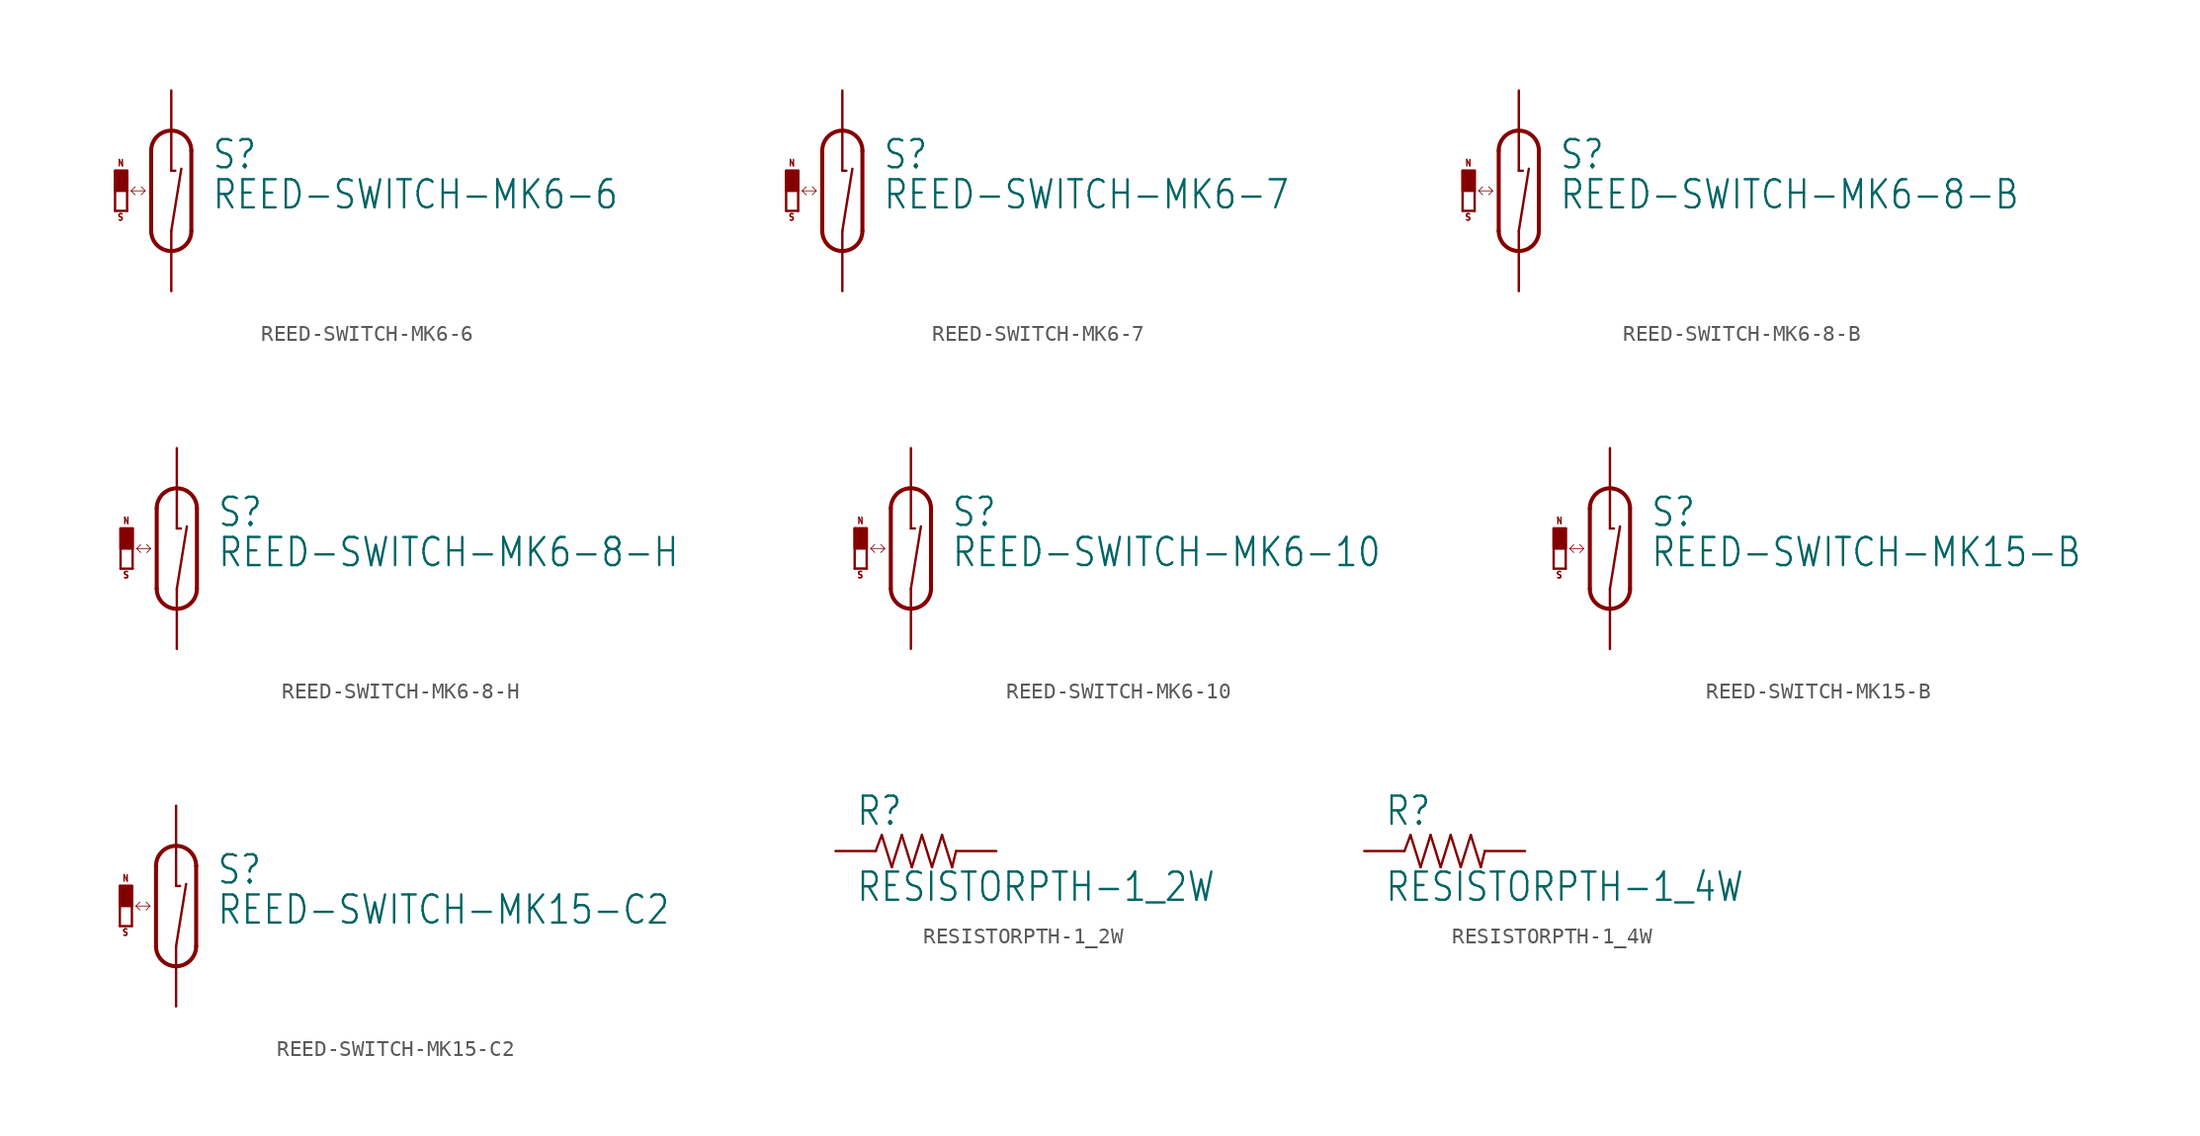
<source format=kicad_sym>
(kicad_symbol_lib
  (version 20200126)
  (host kicad_symbol_editor "5.99.0-unknown-aa7ce74~88~ubuntu18.04.1")
  (symbol "REED-SWITCH-MK6-6"
    (property "Reference" "S"
      (at 2.54 2.54 0)
      (effects (font (size 1.778 1.511)) (justify left bottom)))
    (property "Value" "REED-SWITCH-MK6-6"
      (at 2.54 0 0)
      (effects (font (size 1.778 1.511)) (justify left bottom)))
    (property "ki_locked" ""
      (at 0 0 0)
      (effects (font (size 1.27 1.27))))
    (symbol "REED-SWITCH-MK6-6_1_0"
      (arc (start -1.27 -1.27) (end 1.27 -1.27) (radius (at 0 -1.27) (length 1.27) (angles -179.9 -0.1)) (stroke (width 0.254)) (fill (type none)))
      (arc (start 1.27 3.81) (end -1.27 3.81) (radius (at 0 3.81) (length 1.27) (angles 0.1 179.9)) (stroke (width 0.254)) (fill (type none)))
      (text "N" (at -3.429 2.794 0) (effects (font (size 0.406 0.345)) (justify left bottom)))
      (text "S" (at -3.429 -0.635 0) (effects (font (size 0.406 0.345)) (justify left bottom)))
      (rectangle (start -3.556 1.27) (end -2.794 2.54) (stroke (width 0)) (fill (type outline)))
      (polyline (pts (xy 0 -2.54) (xy 0 -1.27)) (stroke (width 0.152)) (fill (type none)))
      (polyline (pts (xy 0 -1.27) (xy 0.635 2.667)) (stroke (width 0.152)) (fill (type none)))
      (polyline (pts (xy 0.254 2.54) (xy 0 2.54)) (stroke (width 0.152)) (fill (type none)))
      (polyline (pts (xy 0 2.54) (xy 0 5.08)) (stroke (width 0.152)) (fill (type none)))
      (polyline (pts (xy -1.27 3.81) (xy -1.27 -1.27)) (stroke (width 0.254)) (fill (type none)))
      (polyline (pts (xy 1.27 -1.27) (xy 1.27 3.81)) (stroke (width 0.254)) (fill (type none)))
      (polyline (pts (xy -3.556 2.54) (xy -2.794 2.54)) (stroke (width 0.152)) (fill (type none)))
      (polyline (pts (xy -2.794 2.54) (xy -2.794 0)) (stroke (width 0.152)) (fill (type none)))
      (polyline (pts (xy -2.794 0) (xy -3.556 0)) (stroke (width 0.152)) (fill (type none)))
      (polyline (pts (xy -3.556 0) (xy -3.556 2.54)) (stroke (width 0.152)) (fill (type none)))
      (polyline (pts (xy -2.54 1.27) (xy -1.651 1.27)) (stroke (width 0.051)) (fill (type none)))
      (polyline (pts (xy -1.651 1.27) (xy -1.905 1.524)) (stroke (width 0.051)) (fill (type none)))
      (polyline (pts (xy -1.651 1.27) (xy -1.905 1.016)) (stroke (width 0.051)) (fill (type none)))
      (polyline (pts (xy -2.286 1.524) (xy -2.54 1.27)) (stroke (width 0.051)) (fill (type none)))
      (polyline (pts (xy -2.286 1.016) (xy -2.54 1.27)) (stroke (width 0.051)) (fill (type none)))
      (pin passive line (at 0 7.62 270) (length 2.54) (name "1" (effects (font (size 0 0)))) (number "1" (effects (font (size 0 0)))))
      (pin passive line (at 0 -5.08 90) (length 2.54) (name "2" (effects (font (size 0 0)))) (number "2" (effects (font (size 0 0)))))))
  (symbol "REED-SWITCH-MK6-7"
    (property "Reference" "S"
      (at 2.54 2.54 0)
      (effects (font (size 1.778 1.511)) (justify left bottom)))
    (property "Value" "REED-SWITCH-MK6-7"
      (at 2.54 0 0)
      (effects (font (size 1.778 1.511)) (justify left bottom)))
    (property "ki_locked" ""
      (at 0 0 0)
      (effects (font (size 1.27 1.27))))
    (symbol "REED-SWITCH-MK6-7_1_0"
      (arc (start -1.27 -1.27) (end 1.27 -1.27) (radius (at 0 -1.27) (length 1.27) (angles -179.9 -0.1)) (stroke (width 0.254)) (fill (type none)))
      (arc (start 1.27 3.81) (end -1.27 3.81) (radius (at 0 3.81) (length 1.27) (angles 0.1 179.9)) (stroke (width 0.254)) (fill (type none)))
      (text "N" (at -3.429 2.794 0) (effects (font (size 0.406 0.345)) (justify left bottom)))
      (text "S" (at -3.429 -0.635 0) (effects (font (size 0.406 0.345)) (justify left bottom)))
      (rectangle (start -3.556 1.27) (end -2.794 2.54) (stroke (width 0)) (fill (type outline)))
      (polyline (pts (xy 0 -2.54) (xy 0 -1.27)) (stroke (width 0.152)) (fill (type none)))
      (polyline (pts (xy 0 -1.27) (xy 0.635 2.667)) (stroke (width 0.152)) (fill (type none)))
      (polyline (pts (xy 0.254 2.54) (xy 0 2.54)) (stroke (width 0.152)) (fill (type none)))
      (polyline (pts (xy 0 2.54) (xy 0 5.08)) (stroke (width 0.152)) (fill (type none)))
      (polyline (pts (xy -1.27 3.81) (xy -1.27 -1.27)) (stroke (width 0.254)) (fill (type none)))
      (polyline (pts (xy 1.27 -1.27) (xy 1.27 3.81)) (stroke (width 0.254)) (fill (type none)))
      (polyline (pts (xy -3.556 2.54) (xy -2.794 2.54)) (stroke (width 0.152)) (fill (type none)))
      (polyline (pts (xy -2.794 2.54) (xy -2.794 0)) (stroke (width 0.152)) (fill (type none)))
      (polyline (pts (xy -2.794 0) (xy -3.556 0)) (stroke (width 0.152)) (fill (type none)))
      (polyline (pts (xy -3.556 0) (xy -3.556 2.54)) (stroke (width 0.152)) (fill (type none)))
      (polyline (pts (xy -2.54 1.27) (xy -1.651 1.27)) (stroke (width 0.051)) (fill (type none)))
      (polyline (pts (xy -1.651 1.27) (xy -1.905 1.524)) (stroke (width 0.051)) (fill (type none)))
      (polyline (pts (xy -1.651 1.27) (xy -1.905 1.016)) (stroke (width 0.051)) (fill (type none)))
      (polyline (pts (xy -2.286 1.524) (xy -2.54 1.27)) (stroke (width 0.051)) (fill (type none)))
      (polyline (pts (xy -2.286 1.016) (xy -2.54 1.27)) (stroke (width 0.051)) (fill (type none)))
      (pin passive line (at 0 7.62 270) (length 2.54) (name "1" (effects (font (size 0 0)))) (number "1" (effects (font (size 0 0)))))
      (pin passive line (at 0 -5.08 90) (length 2.54) (name "2" (effects (font (size 0 0)))) (number "2" (effects (font (size 0 0)))))))
  (symbol "REED-SWITCH-MK6-8-B"
    (property "Reference" "S"
      (at 2.54 2.54 0)
      (effects (font (size 1.778 1.511)) (justify left bottom)))
    (property "Value" "REED-SWITCH-MK6-8-B"
      (at 2.54 0 0)
      (effects (font (size 1.778 1.511)) (justify left bottom)))
    (property "ki_locked" ""
      (at 0 0 0)
      (effects (font (size 1.27 1.27))))
    (symbol "REED-SWITCH-MK6-8-B_1_0"
      (arc (start -1.27 -1.27) (end 1.27 -1.27) (radius (at 0 -1.27) (length 1.27) (angles -179.9 -0.1)) (stroke (width 0.254)) (fill (type none)))
      (arc (start 1.27 3.81) (end -1.27 3.81) (radius (at 0 3.81) (length 1.27) (angles 0.1 179.9)) (stroke (width 0.254)) (fill (type none)))
      (text "N" (at -3.429 2.794 0) (effects (font (size 0.406 0.345)) (justify left bottom)))
      (text "S" (at -3.429 -0.635 0) (effects (font (size 0.406 0.345)) (justify left bottom)))
      (rectangle (start -3.556 1.27) (end -2.794 2.54) (stroke (width 0)) (fill (type outline)))
      (polyline (pts (xy 0 -2.54) (xy 0 -1.27)) (stroke (width 0.152)) (fill (type none)))
      (polyline (pts (xy 0 -1.27) (xy 0.635 2.667)) (stroke (width 0.152)) (fill (type none)))
      (polyline (pts (xy 0.254 2.54) (xy 0 2.54)) (stroke (width 0.152)) (fill (type none)))
      (polyline (pts (xy 0 2.54) (xy 0 5.08)) (stroke (width 0.152)) (fill (type none)))
      (polyline (pts (xy -1.27 3.81) (xy -1.27 -1.27)) (stroke (width 0.254)) (fill (type none)))
      (polyline (pts (xy 1.27 -1.27) (xy 1.27 3.81)) (stroke (width 0.254)) (fill (type none)))
      (polyline (pts (xy -3.556 2.54) (xy -2.794 2.54)) (stroke (width 0.152)) (fill (type none)))
      (polyline (pts (xy -2.794 2.54) (xy -2.794 0)) (stroke (width 0.152)) (fill (type none)))
      (polyline (pts (xy -2.794 0) (xy -3.556 0)) (stroke (width 0.152)) (fill (type none)))
      (polyline (pts (xy -3.556 0) (xy -3.556 2.54)) (stroke (width 0.152)) (fill (type none)))
      (polyline (pts (xy -2.54 1.27) (xy -1.651 1.27)) (stroke (width 0.051)) (fill (type none)))
      (polyline (pts (xy -1.651 1.27) (xy -1.905 1.524)) (stroke (width 0.051)) (fill (type none)))
      (polyline (pts (xy -1.651 1.27) (xy -1.905 1.016)) (stroke (width 0.051)) (fill (type none)))
      (polyline (pts (xy -2.286 1.524) (xy -2.54 1.27)) (stroke (width 0.051)) (fill (type none)))
      (polyline (pts (xy -2.286 1.016) (xy -2.54 1.27)) (stroke (width 0.051)) (fill (type none)))
      (pin passive line (at 0 7.62 270) (length 2.54) (name "1" (effects (font (size 0 0)))) (number "1" (effects (font (size 0 0)))))
      (pin passive line (at 0 -5.08 90) (length 2.54) (name "2" (effects (font (size 0 0)))) (number "2" (effects (font (size 0 0)))))))
  (symbol "REED-SWITCH-MK6-8-H"
    (property "Reference" "S"
      (at 2.54 2.54 0)
      (effects (font (size 1.778 1.511)) (justify left bottom)))
    (property "Value" "REED-SWITCH-MK6-8-H"
      (at 2.54 0 0)
      (effects (font (size 1.778 1.511)) (justify left bottom)))
    (property "ki_locked" ""
      (at 0 0 0)
      (effects (font (size 1.27 1.27))))
    (symbol "REED-SWITCH-MK6-8-H_1_0"
      (arc (start -1.27 -1.27) (end 1.27 -1.27) (radius (at 0 -1.27) (length 1.27) (angles -179.9 -0.1)) (stroke (width 0.254)) (fill (type none)))
      (arc (start 1.27 3.81) (end -1.27 3.81) (radius (at 0 3.81) (length 1.27) (angles 0.1 179.9)) (stroke (width 0.254)) (fill (type none)))
      (text "N" (at -3.429 2.794 0) (effects (font (size 0.406 0.345)) (justify left bottom)))
      (text "S" (at -3.429 -0.635 0) (effects (font (size 0.406 0.345)) (justify left bottom)))
      (rectangle (start -3.556 1.27) (end -2.794 2.54) (stroke (width 0)) (fill (type outline)))
      (polyline (pts (xy 0 -2.54) (xy 0 -1.27)) (stroke (width 0.152)) (fill (type none)))
      (polyline (pts (xy 0 -1.27) (xy 0.635 2.667)) (stroke (width 0.152)) (fill (type none)))
      (polyline (pts (xy 0.254 2.54) (xy 0 2.54)) (stroke (width 0.152)) (fill (type none)))
      (polyline (pts (xy 0 2.54) (xy 0 5.08)) (stroke (width 0.152)) (fill (type none)))
      (polyline (pts (xy -1.27 3.81) (xy -1.27 -1.27)) (stroke (width 0.254)) (fill (type none)))
      (polyline (pts (xy 1.27 -1.27) (xy 1.27 3.81)) (stroke (width 0.254)) (fill (type none)))
      (polyline (pts (xy -3.556 2.54) (xy -2.794 2.54)) (stroke (width 0.152)) (fill (type none)))
      (polyline (pts (xy -2.794 2.54) (xy -2.794 0)) (stroke (width 0.152)) (fill (type none)))
      (polyline (pts (xy -2.794 0) (xy -3.556 0)) (stroke (width 0.152)) (fill (type none)))
      (polyline (pts (xy -3.556 0) (xy -3.556 2.54)) (stroke (width 0.152)) (fill (type none)))
      (polyline (pts (xy -2.54 1.27) (xy -1.651 1.27)) (stroke (width 0.051)) (fill (type none)))
      (polyline (pts (xy -1.651 1.27) (xy -1.905 1.524)) (stroke (width 0.051)) (fill (type none)))
      (polyline (pts (xy -1.651 1.27) (xy -1.905 1.016)) (stroke (width 0.051)) (fill (type none)))
      (polyline (pts (xy -2.286 1.524) (xy -2.54 1.27)) (stroke (width 0.051)) (fill (type none)))
      (polyline (pts (xy -2.286 1.016) (xy -2.54 1.27)) (stroke (width 0.051)) (fill (type none)))
      (pin passive line (at 0 7.62 270) (length 2.54) (name "1" (effects (font (size 0 0)))) (number "1" (effects (font (size 0 0)))))
      (pin passive line (at 0 -5.08 90) (length 2.54) (name "2" (effects (font (size 0 0)))) (number "2" (effects (font (size 0 0)))))))
  (symbol "REED-SWITCH-MK6-10"
    (property "Reference" "S"
      (at 2.54 2.54 0)
      (effects (font (size 1.778 1.511)) (justify left bottom)))
    (property "Value" "REED-SWITCH-MK6-10"
      (at 2.54 0 0)
      (effects (font (size 1.778 1.511)) (justify left bottom)))
    (property "ki_locked" ""
      (at 0 0 0)
      (effects (font (size 1.27 1.27))))
    (symbol "REED-SWITCH-MK6-10_1_0"
      (arc (start -1.27 -1.27) (end 1.27 -1.27) (radius (at 0 -1.27) (length 1.27) (angles -179.9 -0.1)) (stroke (width 0.254)) (fill (type none)))
      (arc (start 1.27 3.81) (end -1.27 3.81) (radius (at 0 3.81) (length 1.27) (angles 0.1 179.9)) (stroke (width 0.254)) (fill (type none)))
      (text "N" (at -3.429 2.794 0) (effects (font (size 0.406 0.345)) (justify left bottom)))
      (text "S" (at -3.429 -0.635 0) (effects (font (size 0.406 0.345)) (justify left bottom)))
      (rectangle (start -3.556 1.27) (end -2.794 2.54) (stroke (width 0)) (fill (type outline)))
      (polyline (pts (xy 0 -2.54) (xy 0 -1.27)) (stroke (width 0.152)) (fill (type none)))
      (polyline (pts (xy 0 -1.27) (xy 0.635 2.667)) (stroke (width 0.152)) (fill (type none)))
      (polyline (pts (xy 0.254 2.54) (xy 0 2.54)) (stroke (width 0.152)) (fill (type none)))
      (polyline (pts (xy 0 2.54) (xy 0 5.08)) (stroke (width 0.152)) (fill (type none)))
      (polyline (pts (xy -1.27 3.81) (xy -1.27 -1.27)) (stroke (width 0.254)) (fill (type none)))
      (polyline (pts (xy 1.27 -1.27) (xy 1.27 3.81)) (stroke (width 0.254)) (fill (type none)))
      (polyline (pts (xy -3.556 2.54) (xy -2.794 2.54)) (stroke (width 0.152)) (fill (type none)))
      (polyline (pts (xy -2.794 2.54) (xy -2.794 0)) (stroke (width 0.152)) (fill (type none)))
      (polyline (pts (xy -2.794 0) (xy -3.556 0)) (stroke (width 0.152)) (fill (type none)))
      (polyline (pts (xy -3.556 0) (xy -3.556 2.54)) (stroke (width 0.152)) (fill (type none)))
      (polyline (pts (xy -2.54 1.27) (xy -1.651 1.27)) (stroke (width 0.051)) (fill (type none)))
      (polyline (pts (xy -1.651 1.27) (xy -1.905 1.524)) (stroke (width 0.051)) (fill (type none)))
      (polyline (pts (xy -1.651 1.27) (xy -1.905 1.016)) (stroke (width 0.051)) (fill (type none)))
      (polyline (pts (xy -2.286 1.524) (xy -2.54 1.27)) (stroke (width 0.051)) (fill (type none)))
      (polyline (pts (xy -2.286 1.016) (xy -2.54 1.27)) (stroke (width 0.051)) (fill (type none)))
      (pin passive line (at 0 7.62 270) (length 2.54) (name "1" (effects (font (size 0 0)))) (number "1" (effects (font (size 0 0)))))
      (pin passive line (at 0 -5.08 90) (length 2.54) (name "2" (effects (font (size 0 0)))) (number "2" (effects (font (size 0 0)))))))
  (symbol "REED-SWITCH-MK15-B"
    (property "Reference" "S"
      (at 2.54 2.54 0)
      (effects (font (size 1.778 1.511)) (justify left bottom)))
    (property "Value" "REED-SWITCH-MK15-B"
      (at 2.54 0 0)
      (effects (font (size 1.778 1.511)) (justify left bottom)))
    (property "ki_locked" ""
      (at 0 0 0)
      (effects (font (size 1.27 1.27))))
    (symbol "REED-SWITCH-MK15-B_1_0"
      (arc (start -1.27 -1.27) (end 1.27 -1.27) (radius (at 0 -1.27) (length 1.27) (angles -179.9 -0.1)) (stroke (width 0.254)) (fill (type none)))
      (arc (start 1.27 3.81) (end -1.27 3.81) (radius (at 0 3.81) (length 1.27) (angles 0.1 179.9)) (stroke (width 0.254)) (fill (type none)))
      (text "N" (at -3.429 2.794 0) (effects (font (size 0.406 0.345)) (justify left bottom)))
      (text "S" (at -3.429 -0.635 0) (effects (font (size 0.406 0.345)) (justify left bottom)))
      (rectangle (start -3.556 1.27) (end -2.794 2.54) (stroke (width 0)) (fill (type outline)))
      (polyline (pts (xy 0 -2.54) (xy 0 -1.27)) (stroke (width 0.152)) (fill (type none)))
      (polyline (pts (xy 0 -1.27) (xy 0.635 2.667)) (stroke (width 0.152)) (fill (type none)))
      (polyline (pts (xy 0.254 2.54) (xy 0 2.54)) (stroke (width 0.152)) (fill (type none)))
      (polyline (pts (xy 0 2.54) (xy 0 5.08)) (stroke (width 0.152)) (fill (type none)))
      (polyline (pts (xy -1.27 3.81) (xy -1.27 -1.27)) (stroke (width 0.254)) (fill (type none)))
      (polyline (pts (xy 1.27 -1.27) (xy 1.27 3.81)) (stroke (width 0.254)) (fill (type none)))
      (polyline (pts (xy -3.556 2.54) (xy -2.794 2.54)) (stroke (width 0.152)) (fill (type none)))
      (polyline (pts (xy -2.794 2.54) (xy -2.794 0)) (stroke (width 0.152)) (fill (type none)))
      (polyline (pts (xy -2.794 0) (xy -3.556 0)) (stroke (width 0.152)) (fill (type none)))
      (polyline (pts (xy -3.556 0) (xy -3.556 2.54)) (stroke (width 0.152)) (fill (type none)))
      (polyline (pts (xy -2.54 1.27) (xy -1.651 1.27)) (stroke (width 0.051)) (fill (type none)))
      (polyline (pts (xy -1.651 1.27) (xy -1.905 1.524)) (stroke (width 0.051)) (fill (type none)))
      (polyline (pts (xy -1.651 1.27) (xy -1.905 1.016)) (stroke (width 0.051)) (fill (type none)))
      (polyline (pts (xy -2.286 1.524) (xy -2.54 1.27)) (stroke (width 0.051)) (fill (type none)))
      (polyline (pts (xy -2.286 1.016) (xy -2.54 1.27)) (stroke (width 0.051)) (fill (type none)))
      (pin passive line (at 0 7.62 270) (length 2.54) (name "1" (effects (font (size 0 0)))) (number "1" (effects (font (size 0 0)))))
      (pin passive line (at 0 -5.08 90) (length 2.54) (name "2" (effects (font (size 0 0)))) (number "2" (effects (font (size 0 0)))))))
  (symbol "REED-SWITCH-MK15-C2"
    (property "Reference" "S"
      (at 2.54 2.54 0)
      (effects (font (size 1.778 1.511)) (justify left bottom)))
    (property "Value" "REED-SWITCH-MK15-C2"
      (at 2.54 0 0)
      (effects (font (size 1.778 1.511)) (justify left bottom)))
    (property "ki_locked" ""
      (at 0 0 0)
      (effects (font (size 1.27 1.27))))
    (symbol "REED-SWITCH-MK15-C2_1_0"
      (arc (start -1.27 -1.27) (end 1.27 -1.27) (radius (at 0 -1.27) (length 1.27) (angles -179.9 -0.1)) (stroke (width 0.254)) (fill (type none)))
      (arc (start 1.27 3.81) (end -1.27 3.81) (radius (at 0 3.81) (length 1.27) (angles 0.1 179.9)) (stroke (width 0.254)) (fill (type none)))
      (text "N" (at -3.429 2.794 0) (effects (font (size 0.406 0.345)) (justify left bottom)))
      (text "S" (at -3.429 -0.635 0) (effects (font (size 0.406 0.345)) (justify left bottom)))
      (rectangle (start -3.556 1.27) (end -2.794 2.54) (stroke (width 0)) (fill (type outline)))
      (polyline (pts (xy 0 -2.54) (xy 0 -1.27)) (stroke (width 0.152)) (fill (type none)))
      (polyline (pts (xy 0 -1.27) (xy 0.635 2.667)) (stroke (width 0.152)) (fill (type none)))
      (polyline (pts (xy 0.254 2.54) (xy 0 2.54)) (stroke (width 0.152)) (fill (type none)))
      (polyline (pts (xy 0 2.54) (xy 0 5.08)) (stroke (width 0.152)) (fill (type none)))
      (polyline (pts (xy -1.27 3.81) (xy -1.27 -1.27)) (stroke (width 0.254)) (fill (type none)))
      (polyline (pts (xy 1.27 -1.27) (xy 1.27 3.81)) (stroke (width 0.254)) (fill (type none)))
      (polyline (pts (xy -3.556 2.54) (xy -2.794 2.54)) (stroke (width 0.152)) (fill (type none)))
      (polyline (pts (xy -2.794 2.54) (xy -2.794 0)) (stroke (width 0.152)) (fill (type none)))
      (polyline (pts (xy -2.794 0) (xy -3.556 0)) (stroke (width 0.152)) (fill (type none)))
      (polyline (pts (xy -3.556 0) (xy -3.556 2.54)) (stroke (width 0.152)) (fill (type none)))
      (polyline (pts (xy -2.54 1.27) (xy -1.651 1.27)) (stroke (width 0.051)) (fill (type none)))
      (polyline (pts (xy -1.651 1.27) (xy -1.905 1.524)) (stroke (width 0.051)) (fill (type none)))
      (polyline (pts (xy -1.651 1.27) (xy -1.905 1.016)) (stroke (width 0.051)) (fill (type none)))
      (polyline (pts (xy -2.286 1.524) (xy -2.54 1.27)) (stroke (width 0.051)) (fill (type none)))
      (polyline (pts (xy -2.286 1.016) (xy -2.54 1.27)) (stroke (width 0.051)) (fill (type none)))
      (pin passive line (at 0 7.62 270) (length 2.54) (name "1" (effects (font (size 0 0)))) (number "1" (effects (font (size 0 0)))))
      (pin passive line (at 0 -5.08 90) (length 2.54) (name "2" (effects (font (size 0 0)))) (number "2" (effects (font (size 0 0)))))))
  (symbol "RESISTORPTH-1_2W"
    (property "Reference" "R"
      (at -3.81 1.499 0)
      (effects (font (size 1.778 1.511)) (justify left bottom)))
    (property "Value" "RESISTORPTH-1_2W"
      (at -3.81 -3.302 0)
      (effects (font (size 1.778 1.511)) (justify left bottom)))
    (property "ki_locked" ""
      (at 0 0 0)
      (effects (font (size 1.27 1.27))))
    (symbol "RESISTORPTH-1_2W_1_0"
      (polyline (pts (xy -2.54 0) (xy -2.159 1.016)) (stroke (width 0.152)) (fill (type none)))
      (polyline (pts (xy -2.159 1.016) (xy -1.524 -1.016)) (stroke (width 0.152)) (fill (type none)))
      (polyline (pts (xy -1.524 -1.016) (xy -0.889 1.016)) (stroke (width 0.152)) (fill (type none)))
      (polyline (pts (xy -0.889 1.016) (xy -0.254 -1.016)) (stroke (width 0.152)) (fill (type none)))
      (polyline (pts (xy -0.254 -1.016) (xy 0.381 1.016)) (stroke (width 0.152)) (fill (type none)))
      (polyline (pts (xy 0.381 1.016) (xy 1.016 -1.016)) (stroke (width 0.152)) (fill (type none)))
      (polyline (pts (xy 1.016 -1.016) (xy 1.651 1.016)) (stroke (width 0.152)) (fill (type none)))
      (polyline (pts (xy 1.651 1.016) (xy 2.286 -1.016)) (stroke (width 0.152)) (fill (type none)))
      (polyline (pts (xy 2.286 -1.016) (xy 2.54 0)) (stroke (width 0.152)) (fill (type none)))
      (pin passive line (at 5.08 0 180) (length 2.54) (name "2" (effects (font (size 0 0)))) (number "P$2" (effects (font (size 0 0)))))
      (pin passive line (at -5.08 0 0) (length 2.54) (name "1" (effects (font (size 0 0)))) (number "P$1" (effects (font (size 0 0)))))))
  (symbol "RESISTORPTH-1_4W"
    (property "Reference" "R"
      (at -3.81 1.499 0)
      (effects (font (size 1.778 1.511)) (justify left bottom)))
    (property "Value" "RESISTORPTH-1_4W"
      (at -3.81 -3.302 0)
      (effects (font (size 1.778 1.511)) (justify left bottom)))
    (property "ki_locked" ""
      (at 0 0 0)
      (effects (font (size 1.27 1.27))))
    (symbol "RESISTORPTH-1_4W_1_0"
      (polyline (pts (xy -2.54 0) (xy -2.159 1.016)) (stroke (width 0.152)) (fill (type none)))
      (polyline (pts (xy -2.159 1.016) (xy -1.524 -1.016)) (stroke (width 0.152)) (fill (type none)))
      (polyline (pts (xy -1.524 -1.016) (xy -0.889 1.016)) (stroke (width 0.152)) (fill (type none)))
      (polyline (pts (xy -0.889 1.016) (xy -0.254 -1.016)) (stroke (width 0.152)) (fill (type none)))
      (polyline (pts (xy -0.254 -1.016) (xy 0.381 1.016)) (stroke (width 0.152)) (fill (type none)))
      (polyline (pts (xy 0.381 1.016) (xy 1.016 -1.016)) (stroke (width 0.152)) (fill (type none)))
      (polyline (pts (xy 1.016 -1.016) (xy 1.651 1.016)) (stroke (width 0.152)) (fill (type none)))
      (polyline (pts (xy 1.651 1.016) (xy 2.286 -1.016)) (stroke (width 0.152)) (fill (type none)))
      (polyline (pts (xy 2.286 -1.016) (xy 2.54 0)) (stroke (width 0.152)) (fill (type none)))
      (pin passive line (at 5.08 0 180) (length 2.54) (name "2" (effects (font (size 0 0)))) (number "P$2" (effects (font (size 0 0)))))
      (pin passive line (at -5.08 0 0) (length 2.54) (name "1" (effects (font (size 0 0)))) (number "P$1" (effects (font (size 0 0))))))))
</source>
